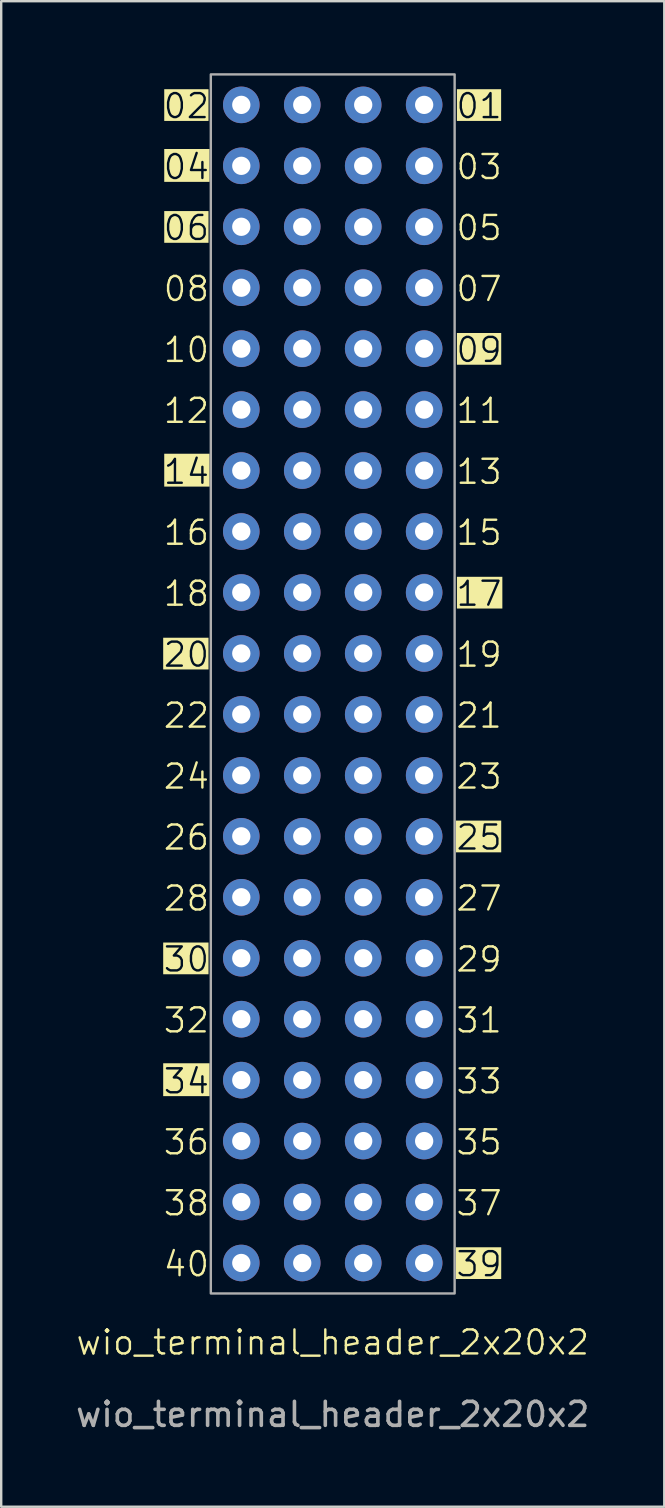
<source format=kicad_pcb>
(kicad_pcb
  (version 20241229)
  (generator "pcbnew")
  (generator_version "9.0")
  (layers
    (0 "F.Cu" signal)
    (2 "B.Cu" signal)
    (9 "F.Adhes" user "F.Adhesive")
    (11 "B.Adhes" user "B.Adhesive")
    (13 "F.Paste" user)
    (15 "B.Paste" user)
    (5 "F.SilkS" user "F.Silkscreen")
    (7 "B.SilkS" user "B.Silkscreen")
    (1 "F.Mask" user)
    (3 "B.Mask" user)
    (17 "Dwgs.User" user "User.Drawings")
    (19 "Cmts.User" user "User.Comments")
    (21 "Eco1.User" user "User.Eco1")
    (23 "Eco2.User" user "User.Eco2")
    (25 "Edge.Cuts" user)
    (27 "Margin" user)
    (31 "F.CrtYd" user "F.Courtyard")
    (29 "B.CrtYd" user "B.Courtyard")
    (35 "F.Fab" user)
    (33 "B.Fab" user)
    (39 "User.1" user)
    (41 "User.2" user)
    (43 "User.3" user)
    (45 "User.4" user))
  (footprint "wio_terminal_header_2x20x2"
    (layer "F.Cu")
    (at 10.815 25.45)
    (property "Reference" "wio_terminal_header_2x20x2" (at 0 27.44 0) (unlocked yes) (layer "F.SilkS") (effects (font (size 1 1) (thickness 0.1))))
    (attr through_hole)
    (fp_rect (start -5.08 -25.4) (end 5.08 25.4) (stroke (width 0.1) (type default)) (fill no) (layer "F.Fab"))
    (fp_text user "02" (at -5.08 -23.495 0) (unlocked yes) (layer "F.SilkS" knockout) (effects (font (size 1 1) (thickness 0.1)) (justify right bottom)))
    (fp_text user "12" (at -5.08 -10.795 0) (unlocked yes) (layer "F.SilkS") (effects (font (size 1 1) (thickness 0.1)) (justify right bottom)))
    (fp_text user "01" (at 5.08 -23.495 0) (unlocked yes) (layer "F.SilkS" knockout) (effects (font (size 1 1) (thickness 0.1)) (justify left bottom)))
    (fp_text user "27" (at 5.08 9.525 0) (unlocked yes) (layer "F.SilkS") (effects (font (size 1 1) (thickness 0.1)) (justify left bottom)))
    (fp_text user "37" (at 5.08 22.225 0) (unlocked yes) (layer "F.SilkS") (effects (font (size 1 1) (thickness 0.1)) (justify left bottom)))
    (fp_text user "30" (at -5.08 12.065 0) (unlocked yes) (layer "F.SilkS" knockout) (effects (font (size 1 1) (thickness 0.1)) (justify right bottom)))
    (fp_text user "09" (at 5.08 -13.335 0) (unlocked yes) (layer "F.SilkS" knockout) (effects (font (size 1 1) (thickness 0.1)) (justify left bottom)))
    (fp_text user "06" (at -5.08 -18.415 0) (unlocked yes) (layer "F.SilkS" knockout) (effects (font (size 1 1) (thickness 0.1)) (justify right bottom)))
    (fp_text user "39" (at 5.08 24.765 0) (unlocked yes) (layer "F.SilkS" knockout) (effects (font (size 1 1) (thickness 0.1)) (justify left bottom)))
    (fp_text user "13" (at 5.08 -8.255 0) (unlocked yes) (layer "F.SilkS") (effects (font (size 1 1) (thickness 0.1)) (justify left bottom)))
    (fp_text user "03" (at 5.08 -20.955 0) (unlocked yes) (layer "F.SilkS") (effects (font (size 1 1) (thickness 0.1)) (justify left bottom)))
    (fp_text user "07" (at 5.08 -15.875 0) (unlocked yes) (layer "F.SilkS") (effects (font (size 1 1) (thickness 0.1)) (justify left bottom)))
    (fp_text user "17" (at 5.08 -3.175 0) (unlocked yes) (layer "F.SilkS" knockout) (effects (font (size 1 1) (thickness 0.1)) (justify left bottom)))
    (fp_text user "05" (at 5.08 -18.415 0) (unlocked yes) (layer "F.SilkS") (effects (font (size 1 1) (thickness 0.1)) (justify left bottom)))
    (fp_text user "14" (at -5.08 -8.255 0) (unlocked yes) (layer "F.SilkS" knockout) (effects (font (size 1 1) (thickness 0.1)) (justify right bottom)))
    (fp_text user "23" (at 5.08 4.445 0) (unlocked yes) (layer "F.SilkS") (effects (font (size 1 1) (thickness 0.1)) (justify left bottom)))
    (fp_text user "40" (at -5.08 24.765 0) (unlocked yes) (layer "F.SilkS") (effects (font (size 1 1) (thickness 0.1)) (justify right bottom)))
    (fp_text user "22" (at -5.08 1.905 0) (unlocked yes) (layer "F.SilkS") (effects (font (size 1 1) (thickness 0.1)) (justify right bottom)))
    (fp_text user "19" (at 5.08 -0.635 0) (unlocked yes) (layer "F.SilkS") (effects (font (size 1 1) (thickness 0.1)) (justify left bottom)))
    (fp_text user "26" (at -5.08 6.985 0) (unlocked yes) (layer "F.SilkS") (effects (font (size 1 1) (thickness 0.1)) (justify right bottom)))
    (fp_text user "04" (at -5.08 -20.955 0) (unlocked yes) (layer "F.SilkS" knockout) (effects (font (size 1 1) (thickness 0.1)) (justify right bottom)))
    (fp_text user "36" (at -5.08 19.685 0) (unlocked yes) (layer "F.SilkS") (effects (font (size 1 1) (thickness 0.1)) (justify right bottom)))
    (fp_text user "11" (at 5.08 -10.795 0) (unlocked yes) (layer "F.SilkS") (effects (font (size 1 1) (thickness 0.1)) (justify left bottom)))
    (fp_text user "18" (at -5.08 -3.175 0) (unlocked yes) (layer "F.SilkS") (effects (font (size 1 1) (thickness 0.1)) (justify right bottom)))
    (fp_text user "10" (at -5.08 -13.335 0) (unlocked yes) (layer "F.SilkS") (effects (font (size 1 1) (thickness 0.1)) (justify right bottom)))
    (fp_text user "34" (at -5.08 17.145 0) (unlocked yes) (layer "F.SilkS" knockout) (effects (font (size 1 1) (thickness 0.1)) (justify right bottom)))
    (fp_text user "32" (at -5.08 14.605 0) (unlocked yes) (layer "F.SilkS") (effects (font (size 1 1) (thickness 0.1)) (justify right bottom)))
    (fp_text user "15" (at 5.08 -5.715 0) (unlocked yes) (layer "F.SilkS") (effects (font (size 1 1) (thickness 0.1)) (justify left bottom)))
    (fp_text user "29" (at 5.08 12.065 0) (unlocked yes) (layer "F.SilkS") (effects (font (size 1 1) (thickness 0.1)) (justify left bottom)))
    (fp_text user "24" (at -5.08 4.445 0) (unlocked yes) (layer "F.SilkS") (effects (font (size 1 1) (thickness 0.1)) (justify right bottom)))
    (fp_text user "21" (at 5.08 1.905 0) (unlocked yes) (layer "F.SilkS") (effects (font (size 1 1) (thickness 0.1)) (justify left bottom)))
    (fp_text user "31" (at 5.08 14.605 0) (unlocked yes) (layer "F.SilkS") (effects (font (size 1 1) (thickness 0.1)) (justify left bottom)))
    (fp_text user "25" (at 5.08 6.985 0) (unlocked yes) (layer "F.SilkS" knockout) (effects (font (size 1 1) (thickness 0.1)) (justify left bottom)))
    (fp_text user "33" (at 5.08 17.145 0) (unlocked yes) (layer "F.SilkS") (effects (font (size 1 1) (thickness 0.1)) (justify left bottom)))
    (fp_text user "28" (at -5.08 9.525 0) (unlocked yes) (layer "F.SilkS") (effects (font (size 1 1) (thickness 0.1)) (justify right bottom)))
    (fp_text user "16" (at -5.08 -5.715 0) (unlocked yes) (layer "F.SilkS") (effects (font (size 1 1) (thickness 0.1)) (justify right bottom)))
    (fp_text user "20" (at -5.08 -0.635 0) (unlocked yes) (layer "F.SilkS" knockout) (effects (font (size 1 1) (thickness 0.1)) (justify right bottom)))
    (fp_text user "08" (at -5.08 -15.875 0) (unlocked yes) (layer "F.SilkS") (effects (font (size 1 1) (thickness 0.1)) (justify right bottom)))
    (fp_text user "35" (at 5.08 19.685 0) (unlocked yes) (layer "F.SilkS") (effects (font (size 1 1) (thickness 0.1)) (justify left bottom)))
    (fp_text user "38" (at -5.08 22.225 0) (unlocked yes) (layer "F.SilkS") (effects (font (size 1 1) (thickness 0.1)) (justify right bottom)))
    (fp_text user "${REFERENCE}" (at 0 30.44 0) (unlocked yes) (layer "F.Fab") (effects (font (size 1 1) (thickness 0.15))))
    (pad "1" thru_hole circle (at 1.27 -24.13) (size 1.524 1.524) (drill 0.762) (layers "*.Cu" "*.Mask"))
    (pad "1" thru_hole circle (at 3.81 -24.13) (size 1.524 1.524) (drill 0.762) (layers "*.Cu" "*.Mask"))
    (pad "2" thru_hole circle (at -3.81 -24.13) (size 1.524 1.524) (drill 0.762) (layers "*.Cu" "*.Mask"))
    (pad "2" thru_hole circle (at -1.27 -24.13) (size 1.524 1.524) (drill 0.762) (layers "*.Cu" "*.Mask"))
    (pad "3" thru_hole circle (at 1.27 -21.59) (size 1.524 1.524) (drill 0.762) (layers "*.Cu" "*.Mask"))
    (pad "3" thru_hole circle (at 3.81 -21.59) (size 1.524 1.524) (drill 0.762) (layers "*.Cu" "*.Mask"))
    (pad "4" thru_hole circle (at -3.81 -21.59) (size 1.524 1.524) (drill 0.762) (layers "*.Cu" "*.Mask"))
    (pad "4" thru_hole circle (at -1.27 -21.59) (size 1.524 1.524) (drill 0.762) (layers "*.Cu" "*.Mask"))
    (pad "5" thru_hole circle (at 1.27 -19.05) (size 1.524 1.524) (drill 0.762) (layers "*.Cu" "*.Mask"))
    (pad "5" thru_hole circle (at 3.81 -19.05) (size 1.524 1.524) (drill 0.762) (layers "*.Cu" "*.Mask"))
    (pad "6" thru_hole circle (at -3.81 -19.05) (size 1.524 1.524) (drill 0.762) (layers "*.Cu" "*.Mask"))
    (pad "6" thru_hole circle (at -1.27 -19.05) (size 1.524 1.524) (drill 0.762) (layers "*.Cu" "*.Mask"))
    (pad "7" thru_hole circle (at 1.27 -16.51) (size 1.524 1.524) (drill 0.762) (layers "*.Cu" "*.Mask"))
    (pad "7" thru_hole circle (at 3.81 -16.51) (size 1.524 1.524) (drill 0.762) (layers "*.Cu" "*.Mask"))
    (pad "8" thru_hole circle (at -3.81 -16.51) (size 1.524 1.524) (drill 0.762) (layers "*.Cu" "*.Mask"))
    (pad "8" thru_hole circle (at -1.27 -16.51) (size 1.524 1.524) (drill 0.762) (layers "*.Cu" "*.Mask"))
    (pad "9" thru_hole circle (at 1.27 -13.97) (size 1.524 1.524) (drill 0.762) (layers "*.Cu" "*.Mask"))
    (pad "9" thru_hole circle (at 3.81 -13.97) (size 1.524 1.524) (drill 0.762) (layers "*.Cu" "*.Mask"))
    (pad "10" thru_hole circle (at -3.81 -13.97) (size 1.524 1.524) (drill 0.762) (layers "*.Cu" "*.Mask"))
    (pad "10" thru_hole circle (at -1.27 -13.97) (size 1.524 1.524) (drill 0.762) (layers "*.Cu" "*.Mask"))
    (pad "11" thru_hole circle (at 1.27 -11.43) (size 1.524 1.524) (drill 0.762) (layers "*.Cu" "*.Mask"))
    (pad "11" thru_hole circle (at 3.81 -11.43) (size 1.524 1.524) (drill 0.762) (layers "*.Cu" "*.Mask"))
    (pad "12" thru_hole circle (at -3.81 -11.43) (size 1.524 1.524) (drill 0.762) (layers "*.Cu" "*.Mask"))
    (pad "12" thru_hole circle (at -1.27 -11.43) (size 1.524 1.524) (drill 0.762) (layers "*.Cu" "*.Mask"))
    (pad "13" thru_hole circle (at 1.27 -8.89) (size 1.524 1.524) (drill 0.762) (layers "*.Cu" "*.Mask"))
    (pad "13" thru_hole circle (at 3.81 -8.89) (size 1.524 1.524) (drill 0.762) (layers "*.Cu" "*.Mask"))
    (pad "14" thru_hole circle (at -3.81 -8.89) (size 1.524 1.524) (drill 0.762) (layers "*.Cu" "*.Mask"))
    (pad "14" thru_hole circle (at -1.27 -8.89) (size 1.524 1.524) (drill 0.762) (layers "*.Cu" "*.Mask"))
    (pad "15" thru_hole circle (at 1.27 -6.35) (size 1.524 1.524) (drill 0.762) (layers "*.Cu" "*.Mask"))
    (pad "15" thru_hole circle (at 3.81 -6.35) (size 1.524 1.524) (drill 0.762) (layers "*.Cu" "*.Mask"))
    (pad "16" thru_hole circle (at -3.81 -6.35) (size 1.524 1.524) (drill 0.762) (layers "*.Cu" "*.Mask"))
    (pad "16" thru_hole circle (at -1.27 -6.35) (size 1.524 1.524) (drill 0.762) (layers "*.Cu" "*.Mask"))
    (pad "17" thru_hole circle (at 1.27 -3.81) (size 1.524 1.524) (drill 0.762) (layers "*.Cu" "*.Mask"))
    (pad "17" thru_hole circle (at 3.81 -3.81) (size 1.524 1.524) (drill 0.762) (layers "*.Cu" "*.Mask"))
    (pad "18" thru_hole circle (at -3.81 -3.81) (size 1.524 1.524) (drill 0.762) (layers "*.Cu" "*.Mask"))
    (pad "18" thru_hole circle (at -1.27 -3.81) (size 1.524 1.524) (drill 0.762) (layers "*.Cu" "*.Mask"))
    (pad "19" thru_hole circle (at 1.27 -1.27) (size 1.524 1.524) (drill 0.762) (layers "*.Cu" "*.Mask"))
    (pad "19" thru_hole circle (at 3.81 -1.27) (size 1.524 1.524) (drill 0.762) (layers "*.Cu" "*.Mask"))
    (pad "20" thru_hole circle (at -3.81 -1.27) (size 1.524 1.524) (drill 0.762) (layers "*.Cu" "*.Mask"))
    (pad "20" thru_hole circle (at -1.27 -1.27) (size 1.524 1.524) (drill 0.762) (layers "*.Cu" "*.Mask"))
    (pad "21" thru_hole circle (at 1.27 1.27) (size 1.524 1.524) (drill 0.762) (layers "*.Cu" "*.Mask"))
    (pad "21" thru_hole circle (at 3.81 1.27) (size 1.524 1.524) (drill 0.762) (layers "*.Cu" "*.Mask"))
    (pad "22" thru_hole circle (at -3.81 1.27) (size 1.524 1.524) (drill 0.762) (layers "*.Cu" "*.Mask"))
    (pad "22" thru_hole circle (at -1.27 1.27) (size 1.524 1.524) (drill 0.762) (layers "*.Cu" "*.Mask"))
    (pad "23" thru_hole circle (at 1.27 3.81) (size 1.524 1.524) (drill 0.762) (layers "*.Cu" "*.Mask"))
    (pad "23" thru_hole circle (at 3.81 3.81) (size 1.524 1.524) (drill 0.762) (layers "*.Cu" "*.Mask"))
    (pad "24" thru_hole circle (at -3.81 3.81) (size 1.524 1.524) (drill 0.762) (layers "*.Cu" "*.Mask"))
    (pad "24" thru_hole circle (at -1.27 3.81) (size 1.524 1.524) (drill 0.762) (layers "*.Cu" "*.Mask"))
    (pad "25" thru_hole circle (at 1.27 6.35) (size 1.524 1.524) (drill 0.762) (layers "*.Cu" "*.Mask"))
    (pad "25" thru_hole circle (at 3.81 6.35) (size 1.524 1.524) (drill 0.762) (layers "*.Cu" "*.Mask"))
    (pad "26" thru_hole circle (at -3.81 6.35) (size 1.524 1.524) (drill 0.762) (layers "*.Cu" "*.Mask"))
    (pad "26" thru_hole circle (at -1.27 6.35) (size 1.524 1.524) (drill 0.762) (layers "*.Cu" "*.Mask"))
    (pad "27" thru_hole circle (at 1.27 8.89) (size 1.524 1.524) (drill 0.762) (layers "*.Cu" "*.Mask"))
    (pad "27" thru_hole circle (at 3.81 8.89) (size 1.524 1.524) (drill 0.762) (layers "*.Cu" "*.Mask"))
    (pad "28" thru_hole circle (at -3.81 8.89) (size 1.524 1.524) (drill 0.762) (layers "*.Cu" "*.Mask"))
    (pad "28" thru_hole circle (at -1.27 8.89) (size 1.524 1.524) (drill 0.762) (layers "*.Cu" "*.Mask"))
    (pad "29" thru_hole circle (at 1.27 11.43) (size 1.524 1.524) (drill 0.762) (layers "*.Cu" "*.Mask"))
    (pad "29" thru_hole circle (at 3.81 11.43) (size 1.524 1.524) (drill 0.762) (layers "*.Cu" "*.Mask"))
    (pad "30" thru_hole circle (at -3.81 11.43) (size 1.524 1.524) (drill 0.762) (layers "*.Cu" "*.Mask"))
    (pad "30" thru_hole circle (at -1.27 11.43) (size 1.524 1.524) (drill 0.762) (layers "*.Cu" "*.Mask"))
    (pad "31" thru_hole circle (at 1.27 13.97) (size 1.524 1.524) (drill 0.762) (layers "*.Cu" "*.Mask"))
    (pad "31" thru_hole circle (at 3.81 13.97) (size 1.524 1.524) (drill 0.762) (layers "*.Cu" "*.Mask"))
    (pad "32" thru_hole circle (at -3.81 13.97) (size 1.524 1.524) (drill 0.762) (layers "*.Cu" "*.Mask"))
    (pad "32" thru_hole circle (at -1.27 13.97) (size 1.524 1.524) (drill 0.762) (layers "*.Cu" "*.Mask"))
    (pad "33" thru_hole circle (at 1.27 16.51) (size 1.524 1.524) (drill 0.762) (layers "*.Cu" "*.Mask"))
    (pad "33" thru_hole circle (at 3.81 16.51) (size 1.524 1.524) (drill 0.762) (layers "*.Cu" "*.Mask"))
    (pad "34" thru_hole circle (at -3.81 16.51) (size 1.524 1.524) (drill 0.762) (layers "*.Cu" "*.Mask"))
    (pad "34" thru_hole circle (at -1.27 16.51) (size 1.524 1.524) (drill 0.762) (layers "*.Cu" "*.Mask"))
    (pad "35" thru_hole circle (at 1.27 19.05) (size 1.524 1.524) (drill 0.762) (layers "*.Cu" "*.Mask"))
    (pad "35" thru_hole circle (at 3.81 19.05) (size 1.524 1.524) (drill 0.762) (layers "*.Cu" "*.Mask"))
    (pad "36" thru_hole circle (at -3.81 19.05) (size 1.524 1.524) (drill 0.762) (layers "*.Cu" "*.Mask"))
    (pad "36" thru_hole circle (at -1.27 19.05) (size 1.524 1.524) (drill 0.762) (layers "*.Cu" "*.Mask"))
    (pad "37" thru_hole circle (at 1.27 21.59) (size 1.524 1.524) (drill 0.762) (layers "*.Cu" "*.Mask"))
    (pad "37" thru_hole circle (at 3.81 21.59) (size 1.524 1.524) (drill 0.762) (layers "*.Cu" "*.Mask"))
    (pad "38" thru_hole circle (at -3.81 21.59) (size 1.524 1.524) (drill 0.762) (layers "*.Cu" "*.Mask"))
    (pad "38" thru_hole circle (at -1.27 21.59) (size 1.524 1.524) (drill 0.762) (layers "*.Cu" "*.Mask"))
    (pad "39" thru_hole circle (at 1.27 24.13) (size 1.524 1.524) (drill 0.762) (layers "*.Cu" "*.Mask"))
    (pad "39" thru_hole circle (at 3.81 24.13) (size 1.524 1.524) (drill 0.762) (layers "*.Cu" "*.Mask"))
    (pad "40" thru_hole circle (at -3.81 24.13) (size 1.524 1.524) (drill 0.762) (layers "*.Cu" "*.Mask"))
    (pad "40" thru_hole circle (at -1.27 24.13) (size 1.524 1.524) (drill 0.762) (layers "*.Cu" "*.Mask")))
  (gr_rect
    (start -3 -3)
    (end 24.631 59.738)
    (stroke (width 0.1) (type default))
    (fill no)
    (layer "Edge.Cuts")))
</source>
